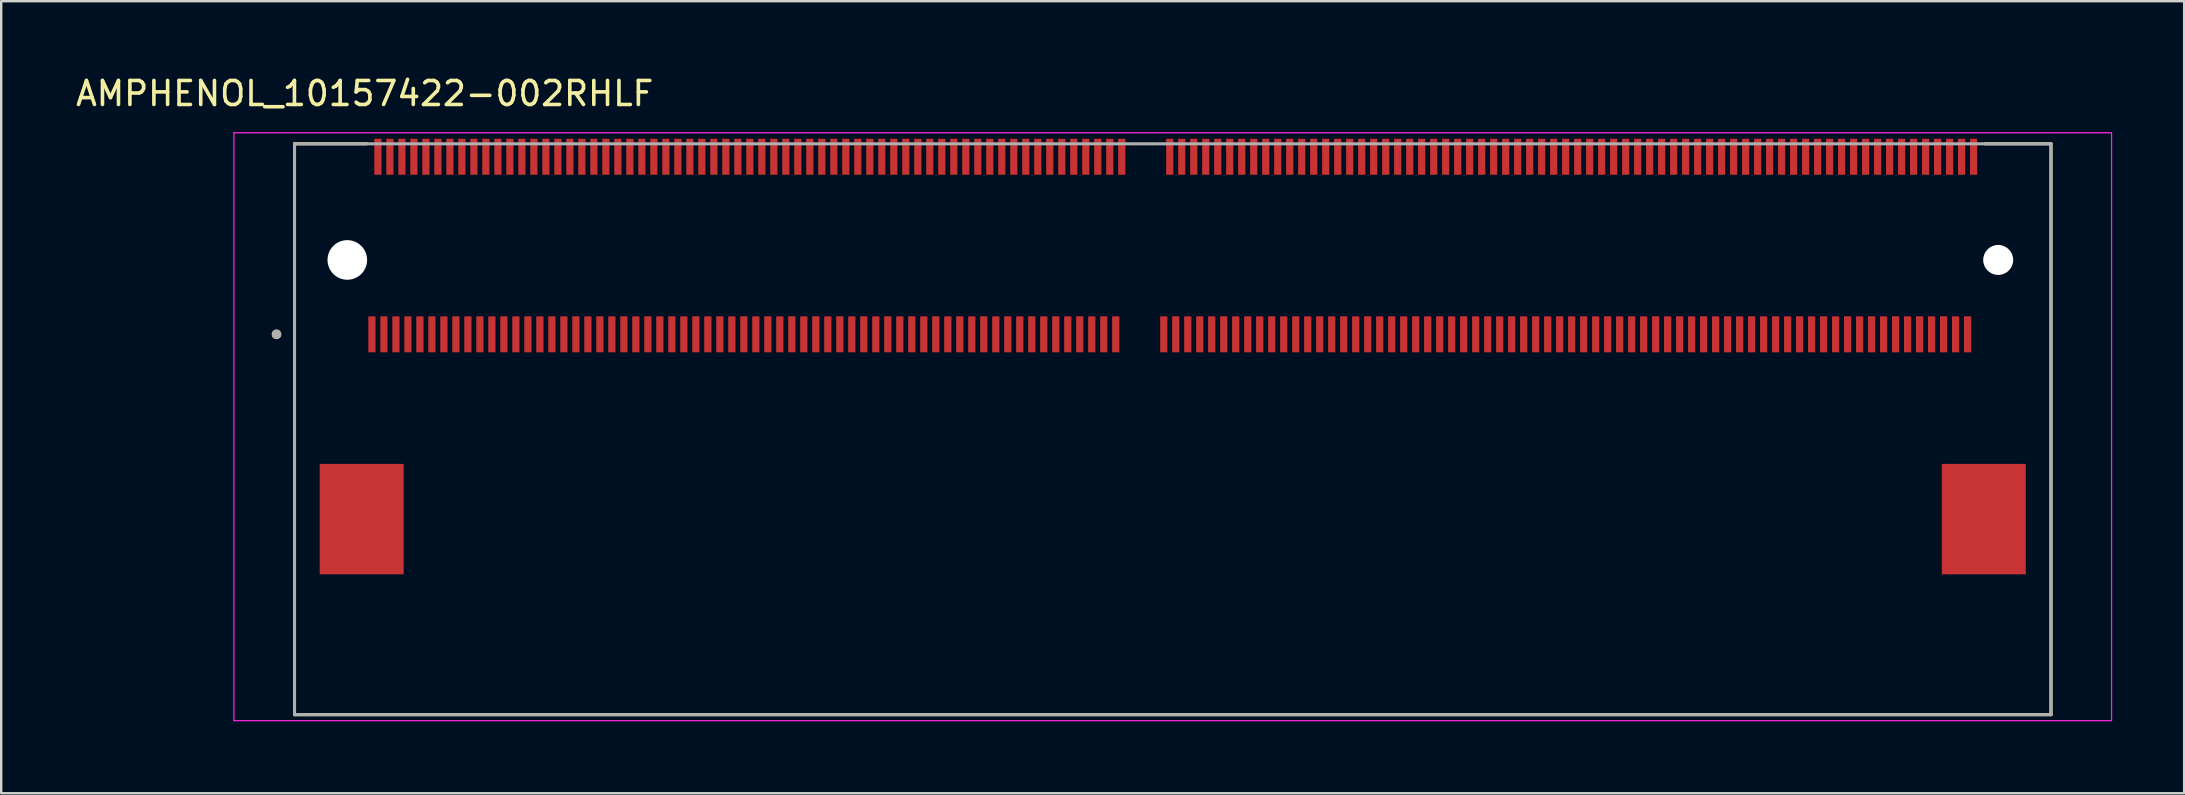
<source format=kicad_pcb>
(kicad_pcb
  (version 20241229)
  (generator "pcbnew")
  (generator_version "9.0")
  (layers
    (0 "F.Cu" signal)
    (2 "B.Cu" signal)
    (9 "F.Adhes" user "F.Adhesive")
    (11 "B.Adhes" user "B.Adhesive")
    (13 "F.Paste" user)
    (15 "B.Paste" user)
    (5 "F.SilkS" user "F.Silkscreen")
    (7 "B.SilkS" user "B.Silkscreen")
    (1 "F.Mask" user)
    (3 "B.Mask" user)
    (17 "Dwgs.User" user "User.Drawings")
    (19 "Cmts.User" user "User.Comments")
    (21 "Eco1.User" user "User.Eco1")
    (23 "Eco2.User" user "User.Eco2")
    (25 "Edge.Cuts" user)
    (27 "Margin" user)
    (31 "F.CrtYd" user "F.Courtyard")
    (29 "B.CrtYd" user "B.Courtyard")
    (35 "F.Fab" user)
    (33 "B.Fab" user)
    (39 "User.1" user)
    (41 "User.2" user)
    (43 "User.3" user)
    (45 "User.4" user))
  (footprint "AMPHENOL_10157422-002RHLF"
    (layer "F.Cu")
    (at 45.824 7.783)
    (property "Reference" "AMPHENOL_10157422-002RHLF" (at -33.675 -6.935 0) (layer "F.SilkS") (effects (font (size 1 1) (thickness 0.15))))
    (attr smd)
    (fp_line (start -36.6 -4.84) (end -33.595 -4.84) (stroke (width 0.127) (type solid)) (layer "F.SilkS"))
    (fp_line (start -36.6 18.95) (end -36.6 -4.84) (stroke (width 0.127) (type solid)) (layer "F.SilkS"))
    (fp_line (start 33.845 -4.84) (end 36.6 -4.84) (stroke (width 0.127) (type solid)) (layer "F.SilkS"))
    (fp_line (start 36.6 -4.84) (end 36.6 18.95) (stroke (width 0.127) (type solid)) (layer "F.SilkS"))
    (fp_line (start 36.6 18.95) (end -36.6 18.95) (stroke (width 0.127) (type solid)) (layer "F.SilkS"))
    (fp_circle (center -37.35 3.1) (end -37.25 3.1) (stroke (width 0.2) (type solid)) (fill no) (layer "F.SilkS"))
    (fp_line (start -39.125 -5.3) (end -39.125 19.2) (stroke (width 0.05) (type solid)) (layer "F.CrtYd"))
    (fp_line (start -39.125 19.2) (end 39.125 19.2) (stroke (width 0.05) (type solid)) (layer "F.CrtYd"))
    (fp_line (start 39.125 -5.3) (end -39.125 -5.3) (stroke (width 0.05) (type solid)) (layer "F.CrtYd"))
    (fp_line (start 39.125 19.2) (end 39.125 -5.3) (stroke (width 0.05) (type solid)) (layer "F.CrtYd"))
    (fp_line (start -36.6 -4.84) (end 36.6 -4.84) (stroke (width 0.127) (type solid)) (layer "F.Fab"))
    (fp_line (start -36.6 18.95) (end -36.6 -4.84) (stroke (width 0.127) (type solid)) (layer "F.Fab"))
    (fp_line (start 36.6 -4.84) (end 36.6 18.95) (stroke (width 0.127) (type solid)) (layer "F.Fab"))
    (fp_line (start 36.6 18.95) (end -36.6 18.95) (stroke (width 0.127) (type solid)) (layer "F.Fab"))
    (fp_circle (center -37.35 3.1) (end -37.25 3.1) (stroke (width 0.2) (type solid)) (fill no) (layer "F.Fab"))
    (pad "" np_thru_hole circle (at -34.4 0) (size 1.65 1.65) (drill 1.65) (layers "*.Cu" "*.Mask"))
    (pad "" np_thru_hole circle (at 34.4 0) (size 1.25 1.25) (drill 1.25) (layers "*.Cu" "*.Mask"))
    (pad "1" smd rect (at -33.375 3.1) (size 0.3 1.5) (layers "F.Cu" "F.Mask" "F.Paste"))
    (pad "2" smd rect (at -33.125 -4.3) (size 0.3 1.5) (layers "F.Cu" "F.Mask" "F.Paste"))
    (pad "3" smd rect (at -32.875 3.1) (size 0.3 1.5) (layers "F.Cu" "F.Mask" "F.Paste"))
    (pad "4" smd rect (at -32.625 -4.3) (size 0.3 1.5) (layers "F.Cu" "F.Mask" "F.Paste"))
    (pad "5" smd rect (at -32.375 3.1) (size 0.3 1.5) (layers "F.Cu" "F.Mask" "F.Paste"))
    (pad "6" smd rect (at -32.125 -4.3) (size 0.3 1.5) (layers "F.Cu" "F.Mask" "F.Paste"))
    (pad "7" smd rect (at -31.875 3.1) (size 0.3 1.5) (layers "F.Cu" "F.Mask" "F.Paste"))
    (pad "8" smd rect (at -31.625 -4.3) (size 0.3 1.5) (layers "F.Cu" "F.Mask" "F.Paste"))
    (pad "9" smd rect (at -31.375 3.1) (size 0.3 1.5) (layers "F.Cu" "F.Mask" "F.Paste"))
    (pad "10" smd rect (at -31.125 -4.3) (size 0.3 1.5) (layers "F.Cu" "F.Mask" "F.Paste"))
    (pad "11" smd rect (at -30.875 3.1) (size 0.3 1.5) (layers "F.Cu" "F.Mask" "F.Paste"))
    (pad "12" smd rect (at -30.625 -4.3) (size 0.3 1.5) (layers "F.Cu" "F.Mask" "F.Paste"))
    (pad "13" smd rect (at -30.375 3.1) (size 0.3 1.5) (layers "F.Cu" "F.Mask" "F.Paste"))
    (pad "14" smd rect (at -30.125 -4.3) (size 0.3 1.5) (layers "F.Cu" "F.Mask" "F.Paste"))
    (pad "15" smd rect (at -29.875 3.1) (size 0.3 1.5) (layers "F.Cu" "F.Mask" "F.Paste"))
    (pad "16" smd rect (at -29.625 -4.3) (size 0.3 1.5) (layers "F.Cu" "F.Mask" "F.Paste"))
    (pad "17" smd rect (at -29.375 3.1) (size 0.3 1.5) (layers "F.Cu" "F.Mask" "F.Paste"))
    (pad "18" smd rect (at -29.125 -4.3) (size 0.3 1.5) (layers "F.Cu" "F.Mask" "F.Paste"))
    (pad "19" smd rect (at -28.875 3.1) (size 0.3 1.5) (layers "F.Cu" "F.Mask" "F.Paste"))
    (pad "20" smd rect (at -28.625 -4.3) (size 0.3 1.5) (layers "F.Cu" "F.Mask" "F.Paste"))
    (pad "21" smd rect (at -28.375 3.1) (size 0.3 1.5) (layers "F.Cu" "F.Mask" "F.Paste"))
    (pad "22" smd rect (at -28.125 -4.3) (size 0.3 1.5) (layers "F.Cu" "F.Mask" "F.Paste"))
    (pad "23" smd rect (at -27.875 3.1) (size 0.3 1.5) (layers "F.Cu" "F.Mask" "F.Paste"))
    (pad "24" smd rect (at -27.625 -4.3) (size 0.3 1.5) (layers "F.Cu" "F.Mask" "F.Paste"))
    (pad "25" smd rect (at -27.375 3.1) (size 0.3 1.5) (layers "F.Cu" "F.Mask" "F.Paste"))
    (pad "26" smd rect (at -27.125 -4.3) (size 0.3 1.5) (layers "F.Cu" "F.Mask" "F.Paste"))
    (pad "27" smd rect (at -26.875 3.1) (size 0.3 1.5) (layers "F.Cu" "F.Mask" "F.Paste"))
    (pad "28" smd rect (at -26.625 -4.3) (size 0.3 1.5) (layers "F.Cu" "F.Mask" "F.Paste"))
    (pad "29" smd rect (at -26.375 3.1) (size 0.3 1.5) (layers "F.Cu" "F.Mask" "F.Paste"))
    (pad "30" smd rect (at -26.125 -4.3) (size 0.3 1.5) (layers "F.Cu" "F.Mask" "F.Paste"))
    (pad "31" smd rect (at -25.875 3.1) (size 0.3 1.5) (layers "F.Cu" "F.Mask" "F.Paste"))
    (pad "32" smd rect (at -25.625 -4.3) (size 0.3 1.5) (layers "F.Cu" "F.Mask" "F.Paste"))
    (pad "33" smd rect (at -25.375 3.1) (size 0.3 1.5) (layers "F.Cu" "F.Mask" "F.Paste"))
    (pad "34" smd rect (at -25.125 -4.3) (size 0.3 1.5) (layers "F.Cu" "F.Mask" "F.Paste"))
    (pad "35" smd rect (at -24.875 3.1) (size 0.3 1.5) (layers "F.Cu" "F.Mask" "F.Paste"))
    (pad "36" smd rect (at -24.625 -4.3) (size 0.3 1.5) (layers "F.Cu" "F.Mask" "F.Paste"))
    (pad "37" smd rect (at -24.375 3.1) (size 0.3 1.5) (layers "F.Cu" "F.Mask" "F.Paste"))
    (pad "38" smd rect (at -24.125 -4.3) (size 0.3 1.5) (layers "F.Cu" "F.Mask" "F.Paste"))
    (pad "39" smd rect (at -23.875 3.1) (size 0.3 1.5) (layers "F.Cu" "F.Mask" "F.Paste"))
    (pad "40" smd rect (at -23.625 -4.3) (size 0.3 1.5) (layers "F.Cu" "F.Mask" "F.Paste"))
    (pad "41" smd rect (at -23.375 3.1) (size 0.3 1.5) (layers "F.Cu" "F.Mask" "F.Paste"))
    (pad "42" smd rect (at -23.125 -4.3) (size 0.3 1.5) (layers "F.Cu" "F.Mask" "F.Paste"))
    (pad "43" smd rect (at -22.875 3.1) (size 0.3 1.5) (layers "F.Cu" "F.Mask" "F.Paste"))
    (pad "44" smd rect (at -22.625 -4.3) (size 0.3 1.5) (layers "F.Cu" "F.Mask" "F.Paste"))
    (pad "45" smd rect (at -22.375 3.1) (size 0.3 1.5) (layers "F.Cu" "F.Mask" "F.Paste"))
    (pad "46" smd rect (at -22.125 -4.3) (size 0.3 1.5) (layers "F.Cu" "F.Mask" "F.Paste"))
    (pad "47" smd rect (at -21.875 3.1) (size 0.3 1.5) (layers "F.Cu" "F.Mask" "F.Paste"))
    (pad "48" smd rect (at -21.625 -4.3) (size 0.3 1.5) (layers "F.Cu" "F.Mask" "F.Paste"))
    (pad "49" smd rect (at -21.375 3.1) (size 0.3 1.5) (layers "F.Cu" "F.Mask" "F.Paste"))
    (pad "50" smd rect (at -21.125 -4.3) (size 0.3 1.5) (layers "F.Cu" "F.Mask" "F.Paste"))
    (pad "51" smd rect (at -20.875 3.1) (size 0.3 1.5) (layers "F.Cu" "F.Mask" "F.Paste"))
    (pad "52" smd rect (at -20.625 -4.3) (size 0.3 1.5) (layers "F.Cu" "F.Mask" "F.Paste"))
    (pad "53" smd rect (at -20.375 3.1) (size 0.3 1.5) (layers "F.Cu" "F.Mask" "F.Paste"))
    (pad "54" smd rect (at -20.125 -4.3) (size 0.3 1.5) (layers "F.Cu" "F.Mask" "F.Paste"))
    (pad "55" smd rect (at -19.875 3.1) (size 0.3 1.5) (layers "F.Cu" "F.Mask" "F.Paste"))
    (pad "56" smd rect (at -19.625 -4.3) (size 0.3 1.5) (layers "F.Cu" "F.Mask" "F.Paste"))
    (pad "57" smd rect (at -19.375 3.1) (size 0.3 1.5) (layers "F.Cu" "F.Mask" "F.Paste"))
    (pad "58" smd rect (at -19.125 -4.3) (size 0.3 1.5) (layers "F.Cu" "F.Mask" "F.Paste"))
    (pad "59" smd rect (at -18.875 3.1) (size 0.3 1.5) (layers "F.Cu" "F.Mask" "F.Paste"))
    (pad "60" smd rect (at -18.625 -4.3) (size 0.3 1.5) (layers "F.Cu" "F.Mask" "F.Paste"))
    (pad "61" smd rect (at -18.375 3.1) (size 0.3 1.5) (layers "F.Cu" "F.Mask" "F.Paste"))
    (pad "62" smd rect (at -18.125 -4.3) (size 0.3 1.5) (layers "F.Cu" "F.Mask" "F.Paste"))
    (pad "63" smd rect (at -17.875 3.1) (size 0.3 1.5) (layers "F.Cu" "F.Mask" "F.Paste"))
    (pad "64" smd rect (at -17.625 -4.3) (size 0.3 1.5) (layers "F.Cu" "F.Mask" "F.Paste"))
    (pad "65" smd rect (at -17.375 3.1) (size 0.3 1.5) (layers "F.Cu" "F.Mask" "F.Paste"))
    (pad "66" smd rect (at -17.125 -4.3) (size 0.3 1.5) (layers "F.Cu" "F.Mask" "F.Paste"))
    (pad "67" smd rect (at -16.875 3.1) (size 0.3 1.5) (layers "F.Cu" "F.Mask" "F.Paste"))
    (pad "68" smd rect (at -16.625 -4.3) (size 0.3 1.5) (layers "F.Cu" "F.Mask" "F.Paste"))
    (pad "69" smd rect (at -16.375 3.1) (size 0.3 1.5) (layers "F.Cu" "F.Mask" "F.Paste"))
    (pad "70" smd rect (at -16.125 -4.3) (size 0.3 1.5) (layers "F.Cu" "F.Mask" "F.Paste"))
    (pad "71" smd rect (at -15.875 3.1) (size 0.3 1.5) (layers "F.Cu" "F.Mask" "F.Paste"))
    (pad "72" smd rect (at -15.625 -4.3) (size 0.3 1.5) (layers "F.Cu" "F.Mask" "F.Paste"))
    (pad "73" smd rect (at -15.375 3.1) (size 0.3 1.5) (layers "F.Cu" "F.Mask" "F.Paste"))
    (pad "74" smd rect (at -15.125 -4.3) (size 0.3 1.5) (layers "F.Cu" "F.Mask" "F.Paste"))
    (pad "75" smd rect (at -14.875 3.1) (size 0.3 1.5) (layers "F.Cu" "F.Mask" "F.Paste"))
    (pad "76" smd rect (at -14.625 -4.3) (size 0.3 1.5) (layers "F.Cu" "F.Mask" "F.Paste"))
    (pad "77" smd rect (at -14.375 3.1) (size 0.3 1.5) (layers "F.Cu" "F.Mask" "F.Paste"))
    (pad "78" smd rect (at -14.125 -4.3) (size 0.3 1.5) (layers "F.Cu" "F.Mask" "F.Paste"))
    (pad "79" smd rect (at -13.875 3.1) (size 0.3 1.5) (layers "F.Cu" "F.Mask" "F.Paste"))
    (pad "80" smd rect (at -13.625 -4.3) (size 0.3 1.5) (layers "F.Cu" "F.Mask" "F.Paste"))
    (pad "81" smd rect (at -13.375 3.1) (size 0.3 1.5) (layers "F.Cu" "F.Mask" "F.Paste"))
    (pad "82" smd rect (at -13.125 -4.3) (size 0.3 1.5) (layers "F.Cu" "F.Mask" "F.Paste"))
    (pad "83" smd rect (at -12.875 3.1) (size 0.3 1.5) (layers "F.Cu" "F.Mask" "F.Paste"))
    (pad "84" smd rect (at -12.625 -4.3) (size 0.3 1.5) (layers "F.Cu" "F.Mask" "F.Paste"))
    (pad "85" smd rect (at -12.375 3.1) (size 0.3 1.5) (layers "F.Cu" "F.Mask" "F.Paste"))
    (pad "86" smd rect (at -12.125 -4.3) (size 0.3 1.5) (layers "F.Cu" "F.Mask" "F.Paste"))
    (pad "87" smd rect (at -11.875 3.1) (size 0.3 1.5) (layers "F.Cu" "F.Mask" "F.Paste"))
    (pad "88" smd rect (at -11.625 -4.3) (size 0.3 1.5) (layers "F.Cu" "F.Mask" "F.Paste"))
    (pad "89" smd rect (at -11.375 3.1) (size 0.3 1.5) (layers "F.Cu" "F.Mask" "F.Paste"))
    (pad "90" smd rect (at -11.125 -4.3) (size 0.3 1.5) (layers "F.Cu" "F.Mask" "F.Paste"))
    (pad "91" smd rect (at -10.875 3.1) (size 0.3 1.5) (layers "F.Cu" "F.Mask" "F.Paste"))
    (pad "92" smd rect (at -10.625 -4.3) (size 0.3 1.5) (layers "F.Cu" "F.Mask" "F.Paste"))
    (pad "93" smd rect (at -10.375 3.1) (size 0.3 1.5) (layers "F.Cu" "F.Mask" "F.Paste"))
    (pad "94" smd rect (at -10.125 -4.3) (size 0.3 1.5) (layers "F.Cu" "F.Mask" "F.Paste"))
    (pad "95" smd rect (at -9.875 3.1) (size 0.3 1.5) (layers "F.Cu" "F.Mask" "F.Paste"))
    (pad "96" smd rect (at -9.625 -4.3) (size 0.3 1.5) (layers "F.Cu" "F.Mask" "F.Paste"))
    (pad "97" smd rect (at -9.375 3.1) (size 0.3 1.5) (layers "F.Cu" "F.Mask" "F.Paste"))
    (pad "98" smd rect (at -9.125 -4.3) (size 0.3 1.5) (layers "F.Cu" "F.Mask" "F.Paste"))
    (pad "99" smd rect (at -8.875 3.1) (size 0.3 1.5) (layers "F.Cu" "F.Mask" "F.Paste"))
    (pad "100" smd rect (at -8.625 -4.3) (size 0.3 1.5) (layers "F.Cu" "F.Mask" "F.Paste"))
    (pad "101" smd rect (at -8.375 3.1) (size 0.3 1.5) (layers "F.Cu" "F.Mask" "F.Paste"))
    (pad "102" smd rect (at -8.125 -4.3) (size 0.3 1.5) (layers "F.Cu" "F.Mask" "F.Paste"))
    (pad "103" smd rect (at -7.875 3.1) (size 0.3 1.5) (layers "F.Cu" "F.Mask" "F.Paste"))
    (pad "104" smd rect (at -7.625 -4.3) (size 0.3 1.5) (layers "F.Cu" "F.Mask" "F.Paste"))
    (pad "105" smd rect (at -7.375 3.1) (size 0.3 1.5) (layers "F.Cu" "F.Mask" "F.Paste"))
    (pad "106" smd rect (at -7.125 -4.3) (size 0.3 1.5) (layers "F.Cu" "F.Mask" "F.Paste"))
    (pad "107" smd rect (at -6.875 3.1) (size 0.3 1.5) (layers "F.Cu" "F.Mask" "F.Paste"))
    (pad "108" smd rect (at -6.625 -4.3) (size 0.3 1.5) (layers "F.Cu" "F.Mask" "F.Paste"))
    (pad "109" smd rect (at -6.375 3.1) (size 0.3 1.5) (layers "F.Cu" "F.Mask" "F.Paste"))
    (pad "110" smd rect (at -6.125 -4.3) (size 0.3 1.5) (layers "F.Cu" "F.Mask" "F.Paste"))
    (pad "111" smd rect (at -5.875 3.1) (size 0.3 1.5) (layers "F.Cu" "F.Mask" "F.Paste"))
    (pad "112" smd rect (at -5.625 -4.3) (size 0.3 1.5) (layers "F.Cu" "F.Mask" "F.Paste"))
    (pad "113" smd rect (at -5.375 3.1) (size 0.3 1.5) (layers "F.Cu" "F.Mask" "F.Paste"))
    (pad "114" smd rect (at -5.125 -4.3) (size 0.3 1.5) (layers "F.Cu" "F.Mask" "F.Paste"))
    (pad "115" smd rect (at -4.875 3.1) (size 0.3 1.5) (layers "F.Cu" "F.Mask" "F.Paste"))
    (pad "116" smd rect (at -4.625 -4.3) (size 0.3 1.5) (layers "F.Cu" "F.Mask" "F.Paste"))
    (pad "117" smd rect (at -4.375 3.1) (size 0.3 1.5) (layers "F.Cu" "F.Mask" "F.Paste"))
    (pad "118" smd rect (at -4.125 -4.3) (size 0.3 1.5) (layers "F.Cu" "F.Mask" "F.Paste"))
    (pad "119" smd rect (at -3.875 3.1) (size 0.3 1.5) (layers "F.Cu" "F.Mask" "F.Paste"))
    (pad "120" smd rect (at -3.625 -4.3) (size 0.3 1.5) (layers "F.Cu" "F.Mask" "F.Paste"))
    (pad "121" smd rect (at -3.375 3.1) (size 0.3 1.5) (layers "F.Cu" "F.Mask" "F.Paste"))
    (pad "122" smd rect (at -3.125 -4.3) (size 0.3 1.5) (layers "F.Cu" "F.Mask" "F.Paste"))
    (pad "123" smd rect (at -2.875 3.1) (size 0.3 1.5) (layers "F.Cu" "F.Mask" "F.Paste"))
    (pad "124" smd rect (at -2.625 -4.3) (size 0.3 1.5) (layers "F.Cu" "F.Mask" "F.Paste"))
    (pad "125" smd rect (at -2.375 3.1) (size 0.3 1.5) (layers "F.Cu" "F.Mask" "F.Paste"))
    (pad "126" smd rect (at -2.125 -4.3) (size 0.3 1.5) (layers "F.Cu" "F.Mask" "F.Paste"))
    (pad "127" smd rect (at -0.375 3.1) (size 0.3 1.5) (layers "F.Cu" "F.Mask" "F.Paste"))
    (pad "128" smd rect (at -0.125 -4.3) (size 0.3 1.5) (layers "F.Cu" "F.Mask" "F.Paste"))
    (pad "129" smd rect (at 0.125 3.1) (size 0.3 1.5) (layers "F.Cu" "F.Mask" "F.Paste"))
    (pad "130" smd rect (at 0.375 -4.3) (size 0.3 1.5) (layers "F.Cu" "F.Mask" "F.Paste"))
    (pad "131" smd rect (at 0.625 3.1) (size 0.3 1.5) (layers "F.Cu" "F.Mask" "F.Paste"))
    (pad "132" smd rect (at 0.875 -4.3) (size 0.3 1.5) (layers "F.Cu" "F.Mask" "F.Paste"))
    (pad "133" smd rect (at 1.125 3.1) (size 0.3 1.5) (layers "F.Cu" "F.Mask" "F.Paste"))
    (pad "134" smd rect (at 1.375 -4.3) (size 0.3 1.5) (layers "F.Cu" "F.Mask" "F.Paste"))
    (pad "135" smd rect (at 1.625 3.1) (size 0.3 1.5) (layers "F.Cu" "F.Mask" "F.Paste"))
    (pad "136" smd rect (at 1.875 -4.3) (size 0.3 1.5) (layers "F.Cu" "F.Mask" "F.Paste"))
    (pad "137" smd rect (at 2.125 3.1) (size 0.3 1.5) (layers "F.Cu" "F.Mask" "F.Paste"))
    (pad "138" smd rect (at 2.375 -4.3) (size 0.3 1.5) (layers "F.Cu" "F.Mask" "F.Paste"))
    (pad "139" smd rect (at 2.625 3.1) (size 0.3 1.5) (layers "F.Cu" "F.Mask" "F.Paste"))
    (pad "140" smd rect (at 2.875 -4.3) (size 0.3 1.5) (layers "F.Cu" "F.Mask" "F.Paste"))
    (pad "141" smd rect (at 3.125 3.1) (size 0.3 1.5) (layers "F.Cu" "F.Mask" "F.Paste"))
    (pad "142" smd rect (at 3.375 -4.3) (size 0.3 1.5) (layers "F.Cu" "F.Mask" "F.Paste"))
    (pad "143" smd rect (at 3.625 3.1) (size 0.3 1.5) (layers "F.Cu" "F.Mask" "F.Paste"))
    (pad "144" smd rect (at 3.875 -4.3) (size 0.3 1.5) (layers "F.Cu" "F.Mask" "F.Paste"))
    (pad "145" smd rect (at 4.125 3.1) (size 0.3 1.5) (layers "F.Cu" "F.Mask" "F.Paste"))
    (pad "146" smd rect (at 4.375 -4.3) (size 0.3 1.5) (layers "F.Cu" "F.Mask" "F.Paste"))
    (pad "147" smd rect (at 4.625 3.1) (size 0.3 1.5) (layers "F.Cu" "F.Mask" "F.Paste"))
    (pad "148" smd rect (at 4.875 -4.3) (size 0.3 1.5) (layers "F.Cu" "F.Mask" "F.Paste"))
    (pad "149" smd rect (at 5.125 3.1) (size 0.3 1.5) (layers "F.Cu" "F.Mask" "F.Paste"))
    (pad "150" smd rect (at 5.375 -4.3) (size 0.3 1.5) (layers "F.Cu" "F.Mask" "F.Paste"))
    (pad "151" smd rect (at 5.625 3.1) (size 0.3 1.5) (layers "F.Cu" "F.Mask" "F.Paste"))
    (pad "152" smd rect (at 5.875 -4.3) (size 0.3 1.5) (layers "F.Cu" "F.Mask" "F.Paste"))
    (pad "153" smd rect (at 6.125 3.1) (size 0.3 1.5) (layers "F.Cu" "F.Mask" "F.Paste"))
    (pad "154" smd rect (at 6.375 -4.3) (size 0.3 1.5) (layers "F.Cu" "F.Mask" "F.Paste"))
    (pad "155" smd rect (at 6.625 3.1) (size 0.3 1.5) (layers "F.Cu" "F.Mask" "F.Paste"))
    (pad "156" smd rect (at 6.875 -4.3) (size 0.3 1.5) (layers "F.Cu" "F.Mask" "F.Paste"))
    (pad "157" smd rect (at 7.125 3.1) (size 0.3 1.5) (layers "F.Cu" "F.Mask" "F.Paste"))
    (pad "158" smd rect (at 7.375 -4.3) (size 0.3 1.5) (layers "F.Cu" "F.Mask" "F.Paste"))
    (pad "159" smd rect (at 7.625 3.1) (size 0.3 1.5) (layers "F.Cu" "F.Mask" "F.Paste"))
    (pad "160" smd rect (at 7.875 -4.3) (size 0.3 1.5) (layers "F.Cu" "F.Mask" "F.Paste"))
    (pad "161" smd rect (at 8.125 3.1) (size 0.3 1.5) (layers "F.Cu" "F.Mask" "F.Paste"))
    (pad "162" smd rect (at 8.375 -4.3) (size 0.3 1.5) (layers "F.Cu" "F.Mask" "F.Paste"))
    (pad "163" smd rect (at 8.625 3.1) (size 0.3 1.5) (layers "F.Cu" "F.Mask" "F.Paste"))
    (pad "164" smd rect (at 8.875 -4.3) (size 0.3 1.5) (layers "F.Cu" "F.Mask" "F.Paste"))
    (pad "165" smd rect (at 9.125 3.1) (size 0.3 1.5) (layers "F.Cu" "F.Mask" "F.Paste"))
    (pad "166" smd rect (at 9.375 -4.3) (size 0.3 1.5) (layers "F.Cu" "F.Mask" "F.Paste"))
    (pad "167" smd rect (at 9.625 3.1) (size 0.3 1.5) (layers "F.Cu" "F.Mask" "F.Paste"))
    (pad "168" smd rect (at 9.875 -4.3) (size 0.3 1.5) (layers "F.Cu" "F.Mask" "F.Paste"))
    (pad "169" smd rect (at 10.125 3.1) (size 0.3 1.5) (layers "F.Cu" "F.Mask" "F.Paste"))
    (pad "170" smd rect (at 10.375 -4.3) (size 0.3 1.5) (layers "F.Cu" "F.Mask" "F.Paste"))
    (pad "171" smd rect (at 10.625 3.1) (size 0.3 1.5) (layers "F.Cu" "F.Mask" "F.Paste"))
    (pad "172" smd rect (at 10.875 -4.3) (size 0.3 1.5) (layers "F.Cu" "F.Mask" "F.Paste"))
    (pad "173" smd rect (at 11.125 3.1) (size 0.3 1.5) (layers "F.Cu" "F.Mask" "F.Paste"))
    (pad "174" smd rect (at 11.375 -4.3) (size 0.3 1.5) (layers "F.Cu" "F.Mask" "F.Paste"))
    (pad "175" smd rect (at 11.625 3.1) (size 0.3 1.5) (layers "F.Cu" "F.Mask" "F.Paste"))
    (pad "176" smd rect (at 11.875 -4.3) (size 0.3 1.5) (layers "F.Cu" "F.Mask" "F.Paste"))
    (pad "177" smd rect (at 12.125 3.1) (size 0.3 1.5) (layers "F.Cu" "F.Mask" "F.Paste"))
    (pad "178" smd rect (at 12.375 -4.3) (size 0.3 1.5) (layers "F.Cu" "F.Mask" "F.Paste"))
    (pad "179" smd rect (at 12.625 3.1) (size 0.3 1.5) (layers "F.Cu" "F.Mask" "F.Paste"))
    (pad "180" smd rect (at 12.875 -4.3) (size 0.3 1.5) (layers "F.Cu" "F.Mask" "F.Paste"))
    (pad "181" smd rect (at 13.125 3.1) (size 0.3 1.5) (layers "F.Cu" "F.Mask" "F.Paste"))
    (pad "182" smd rect (at 13.375 -4.3) (size 0.3 1.5) (layers "F.Cu" "F.Mask" "F.Paste"))
    (pad "183" smd rect (at 13.625 3.1) (size 0.3 1.5) (layers "F.Cu" "F.Mask" "F.Paste"))
    (pad "184" smd rect (at 13.875 -4.3) (size 0.3 1.5) (layers "F.Cu" "F.Mask" "F.Paste"))
    (pad "185" smd rect (at 14.125 3.1) (size 0.3 1.5) (layers "F.Cu" "F.Mask" "F.Paste"))
    (pad "186" smd rect (at 14.375 -4.3) (size 0.3 1.5) (layers "F.Cu" "F.Mask" "F.Paste"))
    (pad "187" smd rect (at 14.625 3.1) (size 0.3 1.5) (layers "F.Cu" "F.Mask" "F.Paste"))
    (pad "188" smd rect (at 14.875 -4.3) (size 0.3 1.5) (layers "F.Cu" "F.Mask" "F.Paste"))
    (pad "189" smd rect (at 15.125 3.1) (size 0.3 1.5) (layers "F.Cu" "F.Mask" "F.Paste"))
    (pad "190" smd rect (at 15.375 -4.3) (size 0.3 1.5) (layers "F.Cu" "F.Mask" "F.Paste"))
    (pad "191" smd rect (at 15.625 3.1) (size 0.3 1.5) (layers "F.Cu" "F.Mask" "F.Paste"))
    (pad "192" smd rect (at 15.875 -4.3) (size 0.3 1.5) (layers "F.Cu" "F.Mask" "F.Paste"))
    (pad "193" smd rect (at 16.125 3.1) (size 0.3 1.5) (layers "F.Cu" "F.Mask" "F.Paste"))
    (pad "194" smd rect (at 16.375 -4.3) (size 0.3 1.5) (layers "F.Cu" "F.Mask" "F.Paste"))
    (pad "195" smd rect (at 16.625 3.1) (size 0.3 1.5) (layers "F.Cu" "F.Mask" "F.Paste"))
    (pad "196" smd rect (at 16.875 -4.3) (size 0.3 1.5) (layers "F.Cu" "F.Mask" "F.Paste"))
    (pad "197" smd rect (at 17.125 3.1) (size 0.3 1.5) (layers "F.Cu" "F.Mask" "F.Paste"))
    (pad "198" smd rect (at 17.375 -4.3) (size 0.3 1.5) (layers "F.Cu" "F.Mask" "F.Paste"))
    (pad "199" smd rect (at 17.625 3.1) (size 0.3 1.5) (layers "F.Cu" "F.Mask" "F.Paste"))
    (pad "200" smd rect (at 17.875 -4.3) (size 0.3 1.5) (layers "F.Cu" "F.Mask" "F.Paste"))
    (pad "201" smd rect (at 18.125 3.1) (size 0.3 1.5) (layers "F.Cu" "F.Mask" "F.Paste"))
    (pad "202" smd rect (at 18.375 -4.3) (size 0.3 1.5) (layers "F.Cu" "F.Mask" "F.Paste"))
    (pad "203" smd rect (at 18.625 3.1) (size 0.3 1.5) (layers "F.Cu" "F.Mask" "F.Paste"))
    (pad "204" smd rect (at 18.875 -4.3) (size 0.3 1.5) (layers "F.Cu" "F.Mask" "F.Paste"))
    (pad "205" smd rect (at 19.125 3.1) (size 0.3 1.5) (layers "F.Cu" "F.Mask" "F.Paste"))
    (pad "206" smd rect (at 19.375 -4.3) (size 0.3 1.5) (layers "F.Cu" "F.Mask" "F.Paste"))
    (pad "207" smd rect (at 19.625 3.1) (size 0.3 1.5) (layers "F.Cu" "F.Mask" "F.Paste"))
    (pad "208" smd rect (at 19.875 -4.3) (size 0.3 1.5) (layers "F.Cu" "F.Mask" "F.Paste"))
    (pad "209" smd rect (at 20.125 3.1) (size 0.3 1.5) (layers "F.Cu" "F.Mask" "F.Paste"))
    (pad "210" smd rect (at 20.375 -4.3) (size 0.3 1.5) (layers "F.Cu" "F.Mask" "F.Paste"))
    (pad "211" smd rect (at 20.625 3.1) (size 0.3 1.5) (layers "F.Cu" "F.Mask" "F.Paste"))
    (pad "212" smd rect (at 20.875 -4.3) (size 0.3 1.5) (layers "F.Cu" "F.Mask" "F.Paste"))
    (pad "213" smd rect (at 21.125 3.1) (size 0.3 1.5) (layers "F.Cu" "F.Mask" "F.Paste"))
    (pad "214" smd rect (at 21.375 -4.3) (size 0.3 1.5) (layers "F.Cu" "F.Mask" "F.Paste"))
    (pad "215" smd rect (at 21.625 3.1) (size 0.3 1.5) (layers "F.Cu" "F.Mask" "F.Paste"))
    (pad "216" smd rect (at 21.875 -4.3) (size 0.3 1.5) (layers "F.Cu" "F.Mask" "F.Paste"))
    (pad "217" smd rect (at 22.125 3.1) (size 0.3 1.5) (layers "F.Cu" "F.Mask" "F.Paste"))
    (pad "218" smd rect (at 22.375 -4.3) (size 0.3 1.5) (layers "F.Cu" "F.Mask" "F.Paste"))
    (pad "219" smd rect (at 22.625 3.1) (size 0.3 1.5) (layers "F.Cu" "F.Mask" "F.Paste"))
    (pad "220" smd rect (at 22.875 -4.3) (size 0.3 1.5) (layers "F.Cu" "F.Mask" "F.Paste"))
    (pad "221" smd rect (at 23.125 3.1) (size 0.3 1.5) (layers "F.Cu" "F.Mask" "F.Paste"))
    (pad "222" smd rect (at 23.375 -4.3) (size 0.3 1.5) (layers "F.Cu" "F.Mask" "F.Paste"))
    (pad "223" smd rect (at 23.625 3.1) (size 0.3 1.5) (layers "F.Cu" "F.Mask" "F.Paste"))
    (pad "224" smd rect (at 23.875 -4.3) (size 0.3 1.5) (layers "F.Cu" "F.Mask" "F.Paste"))
    (pad "225" smd rect (at 24.125 3.1) (size 0.3 1.5) (layers "F.Cu" "F.Mask" "F.Paste"))
    (pad "226" smd rect (at 24.375 -4.3) (size 0.3 1.5) (layers "F.Cu" "F.Mask" "F.Paste"))
    (pad "227" smd rect (at 24.625 3.1) (size 0.3 1.5) (layers "F.Cu" "F.Mask" "F.Paste"))
    (pad "228" smd rect (at 24.875 -4.3) (size 0.3 1.5) (layers "F.Cu" "F.Mask" "F.Paste"))
    (pad "229" smd rect (at 25.125 3.1) (size 0.3 1.5) (layers "F.Cu" "F.Mask" "F.Paste"))
    (pad "230" smd rect (at 25.375 -4.3) (size 0.3 1.5) (layers "F.Cu" "F.Mask" "F.Paste"))
    (pad "231" smd rect (at 25.625 3.1) (size 0.3 1.5) (layers "F.Cu" "F.Mask" "F.Paste"))
    (pad "232" smd rect (at 25.875 -4.3) (size 0.3 1.5) (layers "F.Cu" "F.Mask" "F.Paste"))
    (pad "233" smd rect (at 26.125 3.1) (size 0.3 1.5) (layers "F.Cu" "F.Mask" "F.Paste"))
    (pad "234" smd rect (at 26.375 -4.3) (size 0.3 1.5) (layers "F.Cu" "F.Mask" "F.Paste"))
    (pad "235" smd rect (at 26.625 3.1) (size 0.3 1.5) (layers "F.Cu" "F.Mask" "F.Paste"))
    (pad "236" smd rect (at 26.875 -4.3) (size 0.3 1.5) (layers "F.Cu" "F.Mask" "F.Paste"))
    (pad "237" smd rect (at 27.125 3.1) (size 0.3 1.5) (layers "F.Cu" "F.Mask" "F.Paste"))
    (pad "238" smd rect (at 27.375 -4.3) (size 0.3 1.5) (layers "F.Cu" "F.Mask" "F.Paste"))
    (pad "239" smd rect (at 27.625 3.1) (size 0.3 1.5) (layers "F.Cu" "F.Mask" "F.Paste"))
    (pad "240" smd rect (at 27.875 -4.3) (size 0.3 1.5) (layers "F.Cu" "F.Mask" "F.Paste"))
    (pad "241" smd rect (at 28.125 3.1) (size 0.3 1.5) (layers "F.Cu" "F.Mask" "F.Paste"))
    (pad "242" smd rect (at 28.375 -4.3) (size 0.3 1.5) (layers "F.Cu" "F.Mask" "F.Paste"))
    (pad "243" smd rect (at 28.625 3.1) (size 0.3 1.5) (layers "F.Cu" "F.Mask" "F.Paste"))
    (pad "244" smd rect (at 28.875 -4.3) (size 0.3 1.5) (layers "F.Cu" "F.Mask" "F.Paste"))
    (pad "245" smd rect (at 29.125 3.1) (size 0.3 1.5) (layers "F.Cu" "F.Mask" "F.Paste"))
    (pad "246" smd rect (at 29.375 -4.3) (size 0.3 1.5) (layers "F.Cu" "F.Mask" "F.Paste"))
    (pad "247" smd rect (at 29.625 3.1) (size 0.3 1.5) (layers "F.Cu" "F.Mask" "F.Paste"))
    (pad "248" smd rect (at 29.875 -4.3) (size 0.3 1.5) (layers "F.Cu" "F.Mask" "F.Paste"))
    (pad "249" smd rect (at 30.125 3.1) (size 0.3 1.5) (layers "F.Cu" "F.Mask" "F.Paste"))
    (pad "250" smd rect (at 30.375 -4.3) (size 0.3 1.5) (layers "F.Cu" "F.Mask" "F.Paste"))
    (pad "251" smd rect (at 30.625 3.1) (size 0.3 1.5) (layers "F.Cu" "F.Mask" "F.Paste"))
    (pad "252" smd rect (at 30.875 -4.3) (size 0.3 1.5) (layers "F.Cu" "F.Mask" "F.Paste"))
    (pad "253" smd rect (at 31.125 3.1) (size 0.3 1.5) (layers "F.Cu" "F.Mask" "F.Paste"))
    (pad "254" smd rect (at 31.375 -4.3) (size 0.3 1.5) (layers "F.Cu" "F.Mask" "F.Paste"))
    (pad "255" smd rect (at 31.625 3.1) (size 0.3 1.5) (layers "F.Cu" "F.Mask" "F.Paste"))
    (pad "256" smd rect (at 31.875 -4.3) (size 0.3 1.5) (layers "F.Cu" "F.Mask" "F.Paste"))
    (pad "257" smd rect (at 32.125 3.1) (size 0.3 1.5) (layers "F.Cu" "F.Mask" "F.Paste"))
    (pad "258" smd rect (at 32.375 -4.3) (size 0.3 1.5) (layers "F.Cu" "F.Mask" "F.Paste"))
    (pad "259" smd rect (at 32.625 3.1) (size 0.3 1.5) (layers "F.Cu" "F.Mask" "F.Paste"))
    (pad "260" smd rect (at 32.875 -4.3) (size 0.3 1.5) (layers "F.Cu" "F.Mask" "F.Paste"))
    (pad "261" smd rect (at 33.125 3.1) (size 0.3 1.5) (layers "F.Cu" "F.Mask" "F.Paste"))
    (pad "262" smd rect (at 33.375 -4.3) (size 0.3 1.5) (layers "F.Cu" "F.Mask" "F.Paste"))
    (pad "S1" smd rect (at -33.8 10.8) (size 3.5 4.6) (layers "F.Cu" "F.Mask" "F.Paste"))
    (pad "S2" smd rect (at 33.8 10.8) (size 3.5 4.6) (layers "F.Cu" "F.Mask" "F.Paste")))
  (gr_rect
    (start -3 -3)
    (end 87.974 30.008)
    (stroke (width 0.1) (type default))
    (fill no)
    (layer "Edge.Cuts")))
</source>
